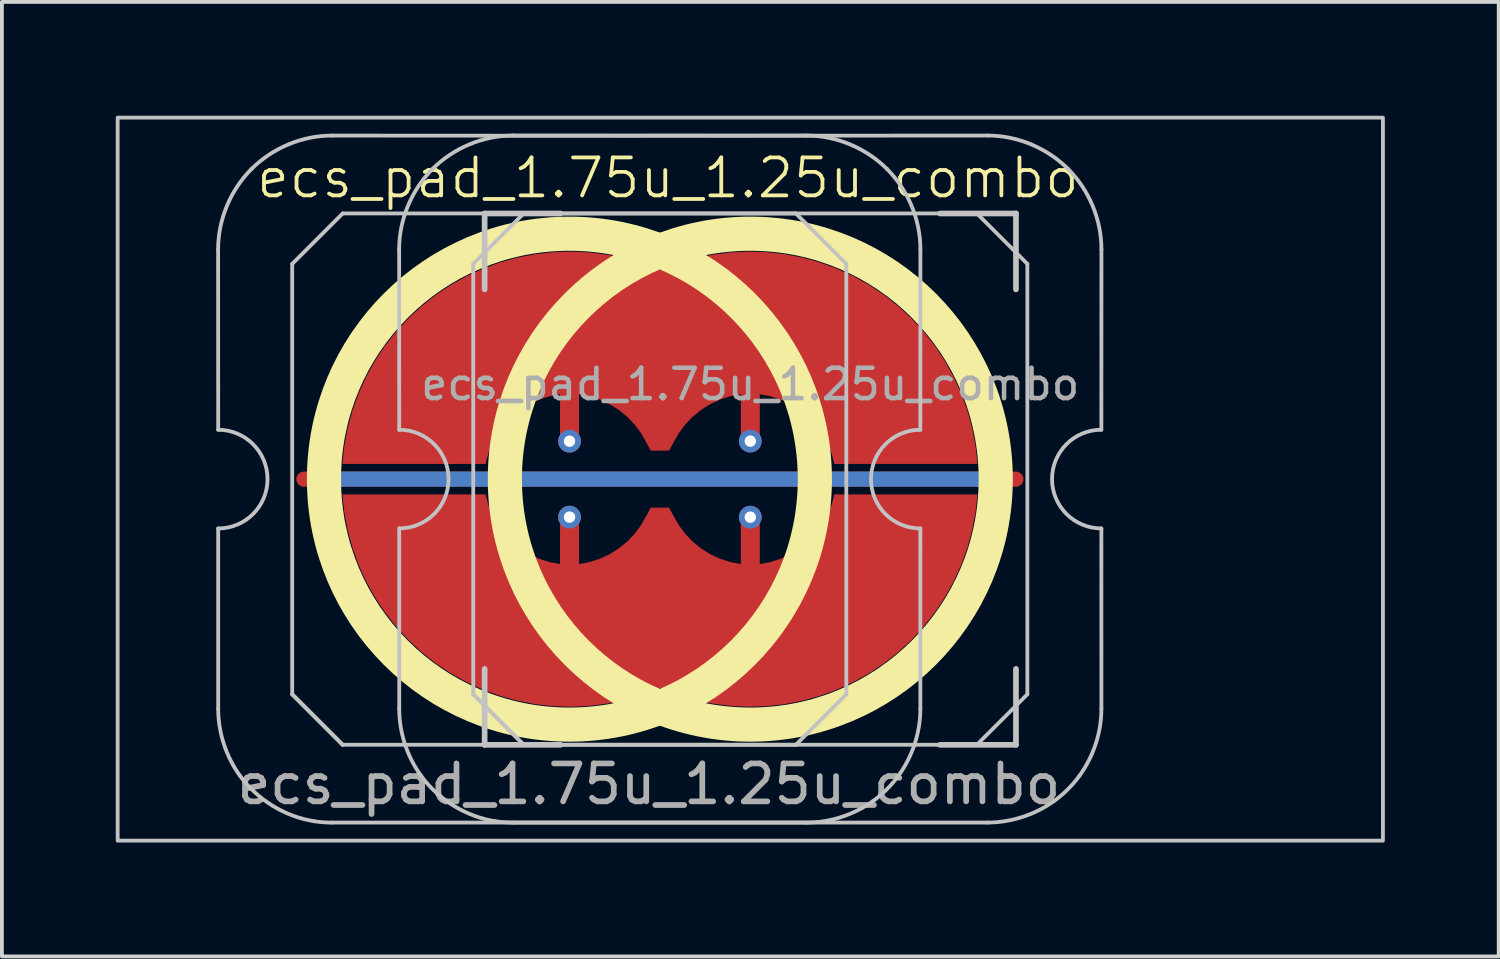
<source format=kicad_pcb>
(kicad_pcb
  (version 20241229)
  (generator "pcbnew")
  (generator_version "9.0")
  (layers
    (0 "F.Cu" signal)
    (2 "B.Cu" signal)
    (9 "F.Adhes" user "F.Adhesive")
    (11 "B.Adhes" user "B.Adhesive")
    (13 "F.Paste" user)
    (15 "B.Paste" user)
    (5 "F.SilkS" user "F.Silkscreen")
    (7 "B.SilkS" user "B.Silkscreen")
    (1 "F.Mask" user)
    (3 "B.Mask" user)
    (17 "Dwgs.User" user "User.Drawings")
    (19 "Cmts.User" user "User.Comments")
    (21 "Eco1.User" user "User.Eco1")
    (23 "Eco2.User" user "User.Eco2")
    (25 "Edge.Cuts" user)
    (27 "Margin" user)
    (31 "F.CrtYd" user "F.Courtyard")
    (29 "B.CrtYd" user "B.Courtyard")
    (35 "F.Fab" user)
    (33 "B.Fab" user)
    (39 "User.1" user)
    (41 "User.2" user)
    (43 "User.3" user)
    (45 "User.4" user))
  (footprint "ecs_pad_1.75u_1.25u_combo"
    (layer "F.Cu")
    (at 16.719 9.575)
    (property "Reference" "ecs_pad_1.75u_1.25u_combo" (at -2.17 -7.935 0) (unlocked yes) (layer "F.SilkS") (effects (font (size 1 1) (thickness 0.1))))
    (attr smd)
    (fp_circle (center -4.766 0) (end 1.701 0) (stroke (width 0.9) (type solid)) (fill no) (layer "F.SilkS"))
    (fp_circle (center 0 0) (end 6.467 0) (stroke (width 0.9) (type solid)) (fill no) (layer "F.SilkS"))
    (fp_line (start -14.022 -6.052) (end -14.02 -1.301) (stroke (width 0.1) (type solid)) (layer "Dwgs.User"))
    (fp_line (start -14.02 1.299) (end -14.02 6.048) (stroke (width 0.1) (type solid)) (layer "Dwgs.User"))
    (fp_line (start -12.07 -5.671) (end -10.74 -7.001) (stroke (width 0.1) (type solid)) (layer "Dwgs.User"))
    (fp_line (start -12.07 5.669) (end -12.07 -5.671) (stroke (width 0.1) (type solid)) (layer "Dwgs.User"))
    (fp_line (start -12.07 5.669) (end -10.74 6.999) (stroke (width 0.1) (type solid)) (layer "Dwgs.User"))
    (fp_line (start -10.74 -7.001) (end 1.2 -7.001) (stroke (width 0.1) (type solid)) (layer "Dwgs.User"))
    (fp_line (start -10.74 6.999) (end -12.07 5.669) (stroke (width 0.1) (type solid)) (layer "Dwgs.User"))
    (fp_line (start -9.252 -6.052) (end -9.25 -1.302) (stroke (width 0.1) (type solid)) (layer "Dwgs.User"))
    (fp_line (start -9.25 1.298) (end -9.25 6.047) (stroke (width 0.1) (type solid)) (layer "Dwgs.User"))
    (fp_line (start -7.3 -5.672) (end -5.97 -7.002) (stroke (width 0.1) (type solid)) (layer "Dwgs.User"))
    (fp_line (start -7.3 5.668) (end -7.3 -5.672) (stroke (width 0.1) (type solid)) (layer "Dwgs.User"))
    (fp_line (start -7.3 5.668) (end -5.97 6.998) (stroke (width 0.1) (type solid)) (layer "Dwgs.User"))
    (fp_line (start -7 -7) (end -7 -5) (stroke (width 0.15) (type solid)) (layer "Dwgs.User"))
    (fp_line (start -7 5) (end -7 7) (stroke (width 0.15) (type solid)) (layer "Dwgs.User"))
    (fp_line (start -7 7) (end -5 7) (stroke (width 0.15) (type solid)) (layer "Dwgs.User"))
    (fp_line (start -5.97 -7.002) (end 5.97 -7.002) (stroke (width 0.1) (type solid)) (layer "Dwgs.User"))
    (fp_line (start -5.97 6.998) (end -7.3 5.668) (stroke (width 0.1) (type solid)) (layer "Dwgs.User"))
    (fp_line (start -5 -7) (end -7 -7) (stroke (width 0.15) (type solid)) (layer "Dwgs.User"))
    (fp_line (start 1.2 -7.001) (end 2.53 -5.671) (stroke (width 0.1) (type solid)) (layer "Dwgs.User"))
    (fp_line (start 1.2 6.999) (end -10.74 6.999) (stroke (width 0.1) (type solid)) (layer "Dwgs.User"))
    (fp_line (start 2.53 -5.671) (end 2.53 5.669) (stroke (width 0.1) (type solid)) (layer "Dwgs.User"))
    (fp_line (start 2.53 5.669) (end 1.2 6.999) (stroke (width 0.1) (type solid)) (layer "Dwgs.User"))
    (fp_line (start 4.48 1.299) (end 4.481 6.048) (stroke (width 0.1) (type solid)) (layer "Dwgs.User"))
    (fp_line (start 4.482 -6.052) (end 4.48 -1.301) (stroke (width 0.1) (type solid)) (layer "Dwgs.User"))
    (fp_line (start 5 -7) (end 7 -7) (stroke (width 0.15) (type solid)) (layer "Dwgs.User"))
    (fp_line (start 5 7) (end 7 7) (stroke (width 0.15) (type solid)) (layer "Dwgs.User"))
    (fp_line (start 5.97 -7.002) (end 7.3 -5.672) (stroke (width 0.1) (type solid)) (layer "Dwgs.User"))
    (fp_line (start 5.97 6.998) (end -5.97 6.998) (stroke (width 0.1) (type solid)) (layer "Dwgs.User"))
    (fp_line (start 7 -7) (end 7 -5) (stroke (width 0.15) (type solid)) (layer "Dwgs.User"))
    (fp_line (start 7 7) (end 7 5) (stroke (width 0.15) (type solid)) (layer "Dwgs.User"))
    (fp_line (start 7.3 -5.672) (end 7.3 5.668) (stroke (width 0.1) (type solid)) (layer "Dwgs.User"))
    (fp_line (start 7.3 5.668) (end 5.97 6.998) (stroke (width 0.1) (type solid)) (layer "Dwgs.User"))
    (fp_line (start 9.25 1.298) (end 9.251 6.047) (stroke (width 0.1) (type solid)) (layer "Dwgs.User"))
    (fp_line (start 9.252 -6.052) (end 9.25 -1.302) (stroke (width 0.1) (type solid)) (layer "Dwgs.User"))
    (fp_rect (start 16.669 9.525) (end -16.669 -9.525) (stroke (width 0.1) (type default)) (fill no) (layer "Dwgs.User"))
    (fp_arc (start -14.020059 -1.301143) (mid -12.720059 -0.001143) (end -14.020059 1.298857) (stroke (width 0.1) (type solid)) (layer "Dwgs.User"))
    (fp_arc (start -9.25 -1.302) (mid -7.95 -0.002) (end -9.25 1.298) (stroke (width 0.1) (type solid)) (layer "Dwgs.User"))
    (fp_arc (start 4.479941 1.298857) (mid 3.17994 -0.001143) (end 4.479941 -1.301143) (stroke (width 0.1) (type solid)) (layer "Dwgs.User"))
    (fp_arc (start 9.25 1.298) (mid 7.95 -0.002) (end 9.25 -1.302) (stroke (width 0.1) (type solid)) (layer "Dwgs.User"))
    (fp_curve (pts (xy -14.02 6.048) (xy -14.02 6.676) (xy -13.816 7.305) (xy -13.447 7.813)) (stroke (width 0.1) (type solid)) (layer "Dwgs.User"))
    (fp_curve (pts (xy -13.447 7.813) (xy -12.986 8.447) (xy -12.266 8.892) (xy -11.49 9.013)) (stroke (width 0.1) (type solid)) (layer "Dwgs.User"))
    (fp_curve (pts (xy -13.142 -8.173) (xy -13.696 -7.619) (xy -14.024 -6.837) (xy -14.022 -6.052)) (stroke (width 0.1) (type solid)) (layer "Dwgs.User"))
    (fp_curve (pts (xy -11.49 9.013) (xy -11.334 9.038) (xy -11.177 9.049) (xy -11.02 9.049)) (stroke (width 0.1) (type solid)) (layer "Dwgs.User"))
    (fp_curve (pts (xy -11.02 9.049) (xy -6.888 9.051) (xy -2.653 9.049) (xy 1.48 9.049)) (stroke (width 0.1) (type solid)) (layer "Dwgs.User"))
    (fp_curve (pts (xy -11.02 -9.053) (xy -11.805 -9.054) (xy -12.587 -8.727) (xy -13.142 -8.173)) (stroke (width 0.1) (type solid)) (layer "Dwgs.User"))
    (fp_curve (pts (xy -9.25 6.047) (xy -9.25 6.675) (xy -9.046 7.305) (xy -8.677 7.812)) (stroke (width 0.1) (type solid)) (layer "Dwgs.User"))
    (fp_curve (pts (xy -8.677 7.812) (xy -8.215 8.447) (xy -7.496 8.891) (xy -6.72 9.013)) (stroke (width 0.1) (type solid)) (layer "Dwgs.User"))
    (fp_curve (pts (xy -8.372 -8.174) (xy -8.926 -7.62) (xy -9.254 -6.838) (xy -9.252 -6.052)) (stroke (width 0.1) (type solid)) (layer "Dwgs.User"))
    (fp_curve (pts (xy -6.72 9.013) (xy -6.564 9.037) (xy -6.407 9.048) (xy -6.25 9.048)) (stroke (width 0.1) (type solid)) (layer "Dwgs.User"))
    (fp_curve (pts (xy -6.25 9.048) (xy -2.118 9.05) (xy 2.117 9.048) (xy 6.25 9.048)) (stroke (width 0.1) (type solid)) (layer "Dwgs.User"))
    (fp_curve (pts (xy -6.25 -9.054) (xy -7.035 -9.055) (xy -7.817 -8.728) (xy -8.372 -8.174)) (stroke (width 0.1) (type solid)) (layer "Dwgs.User"))
    (fp_curve (pts (xy 1.48 -9.053) (xy -2.654 -9.048) (xy -6.886 -9.048) (xy -11.02 -9.053)) (stroke (width 0.1) (type solid)) (layer "Dwgs.User"))
    (fp_curve (pts (xy 1.48 9.049) (xy 2.108 9.049) (xy 2.734 8.843) (xy 3.243 8.475)) (stroke (width 0.1) (type solid)) (layer "Dwgs.User"))
    (fp_curve (pts (xy 3.243 8.475) (xy 3.497 8.29) (xy 3.722 8.065) (xy 3.906 7.811)) (stroke (width 0.1) (type solid)) (layer "Dwgs.User"))
    (fp_curve (pts (xy 3.601 -8.173) (xy 3.047 -8.727) (xy 2.265 -9.054) (xy 1.48 -9.053)) (stroke (width 0.1) (type solid)) (layer "Dwgs.User"))
    (fp_curve (pts (xy 3.906 7.811) (xy 4.275 7.302) (xy 4.481 6.677) (xy 4.481 6.048)) (stroke (width 0.1) (type solid)) (layer "Dwgs.User"))
    (fp_curve (pts (xy 4.482 -6.052) (xy 4.484 -6.837) (xy 4.156 -7.619) (xy 3.601 -8.173)) (stroke (width 0.1) (type solid)) (layer "Dwgs.User"))
    (fp_curve (pts (xy 6.25 -9.054) (xy 2.116 -9.048) (xy -2.116 -9.048) (xy -6.25 -9.054)) (stroke (width 0.1) (type solid)) (layer "Dwgs.User"))
    (fp_curve (pts (xy 6.25 9.048) (xy 6.878 9.048) (xy 7.504 8.842) (xy 8.013 8.474)) (stroke (width 0.1) (type solid)) (layer "Dwgs.User"))
    (fp_curve (pts (xy 8.013 8.474) (xy 8.267 8.289) (xy 8.492 8.064) (xy 8.676 7.81)) (stroke (width 0.1) (type solid)) (layer "Dwgs.User"))
    (fp_curve (pts (xy 8.372 -8.174) (xy 7.817 -8.728) (xy 7.035 -9.055) (xy 6.25 -9.054)) (stroke (width 0.1) (type solid)) (layer "Dwgs.User"))
    (fp_curve (pts (xy 8.676 7.81) (xy 9.045 7.301) (xy 9.251 6.676) (xy 9.251 6.047)) (stroke (width 0.1) (type solid)) (layer "Dwgs.User"))
    (fp_curve (pts (xy 9.252 -6.052) (xy 9.254 -6.838) (xy 8.926 -7.62) (xy 8.372 -8.174)) (stroke (width 0.1) (type solid)) (layer "Dwgs.User"))
    (fp_circle (center -4.763 0) (end -3.763 0) (stroke (width 0.1) (type default)) (fill no) (layer "Eco1.User"))
    (fp_circle (center 0 0) (end 1 0) (stroke (width 0.1) (type default)) (fill no) (layer "Eco1.User"))
    (fp_text user "${REFERENCE}" (at 0 -2.5 0) (layer "F.Fab") (effects (font (size 0.8 0.8) (thickness 0.12))))
    (fp_text user "${REFERENCE}" (at -2.67 8.035 0) (unlocked yes) (layer "F.Fab") (effects (font (size 1 1) (thickness 0.15))))
    (pad "1" thru_hole circle (at -4.763 -1) (size 0.6 0.6) (drill 0.3) (layers "*.Cu"))
    (pad "1" smd custom (at 0 -1.002 180) (size 0.169 0.169) (layers "F.Cu") (options (anchor circle)) (primitives (gr_poly (pts (xy -0.231 -0.096) (xy -0.177 -0.177) (xy -0.096 -0.231) (xy 0 -0.25) (xy 0.096 -0.231) (xy 0.177 -0.177) (xy 0.231 -0.096) (xy 0.25 0) (xy 0.25 1.236) (xy 0.532 1.182) (xy 0.805 1.093) (xy 1.064 0.971) (xy 1.307 0.817) (xy 1.528 0.635) (xy 1.725 0.426) (xy 1.894 0.194) (xy 2.034 -0.056) (xy 2.141 -0.25) (xy 2.214 -0.25) (xy 2.549 -0.25) (xy 2.622 -0.25) (xy 2.729 -0.056) (xy 2.868 0.194) (xy 3.038 0.426) (xy 3.235 0.635) (xy 3.456 0.817) (xy 3.698 0.971) (xy 3.958 1.093) (xy 4.231 1.182) (xy 4.512 1.236) (xy 4.512 0) (xy 4.532 -0.096) (xy 4.586 -0.177) (xy 4.667 -0.231) (xy 4.763 -0.25) (xy 4.858 -0.231) (xy 4.939 -0.177) (xy 4.993 -0.096) (xy 5.013 0) (xy 5.013 1.236) (xy 5.294 1.182) (xy 5.567 1.093) (xy 5.827 0.971) (xy 6.069 0.817) (xy 6.29 0.635) (xy 6.487 0.426) (xy 6.657 0.194) (xy 6.796 -0.056) (xy 6.903 -0.323) (xy 6.976 -0.6) (xy 10.748 -0.6) (xy 10.697 -0.125) (xy 10.609 0.344) (xy 10.483 0.805) (xy 10.321 1.255) (xy 10.123 1.69) (xy 9.892 2.108) (xy 9.628 2.506) (xy 9.333 2.882) (xy 9.01 3.233) (xy 8.659 3.557) (xy 8.284 3.853) (xy 7.886 4.118) (xy 7.469 4.35) (xy 7.034 4.548) (xy 6.585 4.711) (xy 6.125 4.838) (xy 5.655 4.928) (xy 5.18 4.98) (xy 4.703 4.995) (xy 4.226 4.971) (xy 3.752 4.909) (xy 3.285 4.81) (xy 2.827 4.674) (xy 2.381 4.502) (xy 1.936 4.674) (xy 1.478 4.81) (xy 1.01 4.909) (xy 0.537 4.971) (xy 0.06 4.995) (xy -0.418 4.98) (xy -0.893 4.928) (xy -1.362 4.838) (xy -1.823 4.711) (xy -2.272 4.548) (xy -2.706 4.35) (xy -3.124 4.118) (xy -3.521 3.853) (xy -3.897 3.557) (xy -4.247 3.233) (xy -4.571 2.882) (xy -4.866 2.506) (xy -5.129 2.108) (xy -5.361 1.69) (xy -5.558 1.255) (xy -5.72 0.805) (xy -5.846 0.344) (xy -5.935 -0.125) (xy -5.986 -0.6) (xy -2.214 -0.6) (xy -2.141 -0.323) (xy -2.034 -0.056) (xy -1.894 0.194) (xy -1.725 0.426) (xy -1.528 0.635) (xy -1.307 0.817) (xy -1.064 0.971) (xy -0.805 1.093) (xy -0.532 1.182) (xy -0.25 1.236) (xy -0.25 0)) (width 0) (fill yes))))
    (pad "1" thru_hole circle (at 0 -1.002) (size 0.6 0.6) (drill 0.3) (layers "*.Cu"))
    (pad "2" thru_hole circle (at -4.763 1) (size 0.6 0.6) (drill 0.3) (layers "*.Cu"))
    (pad "2" smd custom (at 0 1.002) (size 0.169 0.169) (layers "F.Cu") (options (anchor circle)) (primitives (gr_poly (pts (xy 0.231 -0.096) (xy 0.177 -0.177) (xy 0.096 -0.231) (xy 0 -0.25) (xy -0.096 -0.231) (xy -0.177 -0.177) (xy -0.231 -0.096) (xy -0.25 0) (xy -0.25 1.236) (xy -0.532 1.182) (xy -0.805 1.093) (xy -1.064 0.971) (xy -1.307 0.817) (xy -1.528 0.635) (xy -1.725 0.426) (xy -1.894 0.194) (xy -2.034 -0.056) (xy -2.141 -0.25) (xy -2.214 -0.25) (xy -2.549 -0.25) (xy -2.622 -0.25) (xy -2.729 -0.056) (xy -2.868 0.194) (xy -3.038 0.426) (xy -3.235 0.635) (xy -3.456 0.817) (xy -3.698 0.971) (xy -3.958 1.093) (xy -4.231 1.182) (xy -4.512 1.236) (xy -4.512 0) (xy -4.532 -0.096) (xy -4.586 -0.177) (xy -4.667 -0.231) (xy -4.763 -0.25) (xy -4.858 -0.231) (xy -4.939 -0.177) (xy -4.993 -0.096) (xy -5.013 0) (xy -5.013 1.236) (xy -5.294 1.182) (xy -5.567 1.093) (xy -5.827 0.971) (xy -6.069 0.817) (xy -6.29 0.635) (xy -6.487 0.426) (xy -6.657 0.194) (xy -6.796 -0.056) (xy -6.903 -0.323) (xy -6.976 -0.6) (xy -10.748 -0.6) (xy -10.697 -0.125) (xy -10.609 0.344) (xy -10.483 0.805) (xy -10.321 1.255) (xy -10.123 1.69) (xy -9.892 2.108) (xy -9.628 2.506) (xy -9.333 2.882) (xy -9.01 3.233) (xy -8.659 3.557) (xy -8.284 3.853) (xy -7.886 4.118) (xy -7.469 4.35) (xy -7.034 4.548) (xy -6.585 4.711) (xy -6.125 4.838) (xy -5.655 4.928) (xy -5.18 4.98) (xy -4.703 4.995) (xy -4.226 4.971) (xy -3.752 4.909) (xy -3.285 4.81) (xy -2.827 4.674) (xy -2.381 4.502) (xy -1.936 4.674) (xy -1.478 4.81) (xy -1.01 4.909) (xy -0.537 4.971) (xy -0.06 4.995) (xy 0.418 4.98) (xy 0.893 4.928) (xy 1.362 4.838) (xy 1.823 4.711) (xy 2.272 4.548) (xy 2.706 4.35) (xy 3.124 4.118) (xy 3.521 3.853) (xy 3.897 3.557) (xy 4.247 3.233) (xy 4.571 2.882) (xy 4.866 2.506) (xy 5.129 2.108) (xy 5.361 1.69) (xy 5.558 1.255) (xy 5.72 0.805) (xy 5.846 0.344) (xy 5.935 -0.125) (xy 5.986 -0.6) (xy 2.214 -0.6) (xy 2.141 -0.323) (xy 2.034 -0.056) (xy 1.894 0.194) (xy 1.725 0.426) (xy 1.528 0.635) (xy 1.307 0.817) (xy 1.064 0.971) (xy 0.805 1.093) (xy 0.532 1.182) (xy 0.25 1.236) (xy 0.25 0)) (width 0) (fill yes))))
    (pad "2" thru_hole circle (at 0 1.002) (size 0.6 0.6) (drill 0.3) (layers "*.Cu"))
    (pad "3" smd custom (at 0 0 90) (size 0.4 0.4) (layers "F.Cu") (options (anchor rect)) (primitives (gr_line (start 0 -11.763) (end 0 7) (width 0.4))))
    (pad "3" smd custom (at 0 0 90) (size 0.4 0.4) (layers "B.Cu") (options (anchor rect)) (primitives (gr_line (start 0 -11.263) (end 0 6.5) (width 0.4))))
    (zone (net_name "") (layer "F.Cu") (hatch edge 0.508) (connect_pads) (min_thickness 0.254) (filled_areas_thickness no) (keepout (tracks allowed) (vias allowed) (pads allowed) (copperpour not_allowed) (footprints allowed)) (placement (enabled no)) (fill) (polygon (pts (xy 11.956 16.58) (xy 12.469 16.561) (xy 12.979 16.505) (xy 13.484 16.411) (xy 13.98 16.281) (xy 14.466 16.115) (xy 14.938 15.913) (xy 15.394 15.678) (xy 15.832 15.41) (xy 16.249 15.11) (xy 16.643 14.781) (xy 17.012 14.423) (xy 17.353 14.04) (xy 17.666 13.633) (xy 17.947 13.204) (xy 18.197 12.755) (xy 18.413 12.29) (xy 18.595 11.809) (xy 18.741 11.317) (xy 18.85 10.815) (xy 18.922 10.307) (xy 18.957 9.795) (xy 18.955 9.282) (xy 18.914 8.77) (xy 18.837 8.262) (xy 18.722 7.762) (xy 18.571 7.271) (xy 18.385 6.793) (xy 18.164 6.33) (xy 17.909 5.884) (xy 17.623 5.458) (xy 17.306 5.054) (xy 16.961 4.674) (xy 16.588 4.321) (xy 16.191 3.995) (xy 15.771 3.7) (xy 15.33 3.437) (xy 14.872 3.206) (xy 14.397 3.009) (xy 13.91 2.848) (xy 13.412 2.723) (xy 12.906 2.635) (xy 12.396 2.584) (xy 11.882 2.57) (xy 11.37 2.595) (xy 10.86 2.656) (xy 10.356 2.755) (xy 9.861 2.891) (xy 9.377 3.062) (xy 8.907 3.268) (xy 8.453 3.509) (xy 8.018 3.781) (xy 7.605 4.085) (xy 7.214 4.419) (xy 6.849 4.78) (xy 6.512 5.167) (xy 6.204 5.577) (xy 5.926 6.009) (xy 5.681 6.46) (xy 5.47 6.928) (xy 5.294 7.41) (xy 5.153 7.904) (xy 5.049 8.407) (xy 4.982 8.916) (xy 4.952 9.428) (xy 4.96 9.942) (xy 5.006 10.453) (xy 5.089 10.96) (xy 5.209 11.459) (xy 5.365 11.948) (xy 5.556 12.424) (xy 5.782 12.885) (xy 6.041 13.328) (xy 6.332 13.751) (xy 6.653 14.152) (xy 7.003 14.528) (xy 7.379 14.878) (xy 7.779 15.199) (xy 8.202 15.489) (xy 8.646 15.748) (xy 9.107 15.974) (xy 9.583 16.166) (xy 10.072 16.322) (xy 10.571 16.442) (xy 11.078 16.525) (xy 11.589 16.57))))
    (zone (net_name "") (layer "F.Cu") (hatch edge 0.508) (connect_pads) (min_thickness 0.254) (filled_areas_thickness no) (keepout (tracks allowed) (vias allowed) (pads allowed) (copperpour not_allowed) (footprints allowed)) (placement (enabled no)) (fill) (polygon (pts (xy 16.719 2.568) (xy 16.206 2.587) (xy 15.695 2.643) (xy 15.191 2.737) (xy 14.694 2.867) (xy 14.208 3.033) (xy 13.736 3.235) (xy 13.28 3.47) (xy 12.842 3.738) (xy 12.425 4.038) (xy 12.032 4.367) (xy 11.663 4.725) (xy 11.321 5.108) (xy 11.009 5.515) (xy 10.727 5.944) (xy 10.477 6.393) (xy 10.261 6.858) (xy 10.08 7.339) (xy 9.934 7.831) (xy 9.825 8.333) (xy 9.752 8.841) (xy 9.717 9.353) (xy 9.72 9.866) (xy 9.76 10.378) (xy 9.838 10.886) (xy 9.953 11.386) (xy 10.103 11.877) (xy 10.29 12.355) (xy 10.511 12.818) (xy 10.765 13.264) (xy 11.052 13.69) (xy 11.368 14.094) (xy 11.714 14.474) (xy 12.086 14.827) (xy 12.484 15.153) (xy 12.904 15.448) (xy 13.344 15.711) (xy 13.803 15.942) (xy 14.277 16.139) (xy 14.764 16.3) (xy 15.262 16.425) (xy 15.768 16.513) (xy 16.279 16.564) (xy 16.792 16.578) (xy 17.305 16.553) (xy 17.815 16.492) (xy 18.318 16.393) (xy 18.814 16.257) (xy 19.297 16.086) (xy 19.768 15.88) (xy 20.221 15.639) (xy 20.656 15.367) (xy 21.07 15.063) (xy 21.46 14.729) (xy 21.825 14.368) (xy 22.163 13.981) (xy 22.471 13.571) (xy 22.748 13.139) (xy 22.993 12.688) (xy 23.204 12.22) (xy 23.381 11.738) (xy 23.521 11.244) (xy 23.626 10.741) (xy 23.693 10.232) (xy 23.722 9.72) (xy 23.714 9.206) (xy 23.668 8.695) (xy 23.585 8.188) (xy 23.466 7.689) (xy 23.31 7.2) (xy 23.118 6.724) (xy 22.892 6.263) (xy 22.633 5.82) (xy 22.342 5.397) (xy 22.021 4.996) (xy 21.672 4.62) (xy 21.296 4.27) (xy 20.895 3.949) (xy 20.472 3.659) (xy 20.029 3.4) (xy 19.568 3.174) (xy 19.092 2.982) (xy 18.603 2.826) (xy 18.103 2.706) (xy 17.597 2.623) (xy 17.085 2.578))))
    (zone (net_name "") (layer "B.Cu") (hatch edge 0.508) (connect_pads) (min_thickness 0.254) (filled_areas_thickness no) (keepout (tracks allowed) (vias allowed) (pads allowed) (copperpour not_allowed) (footprints allowed)) (placement (enabled no)) (fill) (polygon (pts (xy 11.956 16.133) (xy 12.47 16.113) (xy 12.982 16.053) (xy 13.487 15.952) (xy 13.982 15.812) (xy 14.465 15.634) (xy 14.933 15.418) (xy 15.382 15.167) (xy 15.811 14.881) (xy 16.215 14.562) (xy 16.593 14.212) (xy 16.943 13.834) (xy 17.261 13.43) (xy 17.548 13.002) (xy 17.799 12.552) (xy 18.015 12.085) (xy 18.193 11.602) (xy 18.333 11.106) (xy 18.433 10.601) (xy 18.494 10.09) (xy 18.514 9.575) (xy 18.494 9.06) (xy 18.433 8.549) (xy 18.333 8.044) (xy 18.193 7.548) (xy 18.015 7.065) (xy 17.799 6.598) (xy 17.548 6.148) (xy 17.261 5.72) (xy 16.943 5.316) (xy 16.593 4.938) (xy 16.215 4.588) (xy 15.811 4.269) (xy 15.382 3.983) (xy 14.933 3.732) (xy 14.465 3.516) (xy 13.982 3.338) (xy 13.487 3.198) (xy 12.982 3.097) (xy 12.47 3.037) (xy 11.956 3.017) (xy 11.441 3.037) (xy 10.93 3.097) (xy 10.425 3.198) (xy 9.929 3.338) (xy 9.446 3.516) (xy 8.978 3.732) (xy 8.529 3.983) (xy 8.101 4.269) (xy 7.697 4.588) (xy 7.318 4.938) (xy 6.969 5.316) (xy 6.65 5.72) (xy 6.364 6.148) (xy 6.112 6.598) (xy 5.897 7.065) (xy 5.718 7.548) (xy 5.579 8.044) (xy 5.478 8.549) (xy 5.418 9.06) (xy 5.397 9.575) (xy 5.418 10.09) (xy 5.478 10.601) (xy 5.579 11.106) (xy 5.718 11.602) (xy 5.897 12.085) (xy 6.112 12.552) (xy 6.364 13.002) (xy 6.65 13.43) (xy 6.969 13.834) (xy 7.318 14.212) (xy 7.697 14.562) (xy 8.101 14.881) (xy 8.529 15.167) (xy 8.978 15.418) (xy 9.446 15.634) (xy 9.929 15.812) (xy 10.425 15.952) (xy 10.93 16.053) (xy 11.441 16.113))))
    (zone (net_name "") (layer "B.Cu") (hatch edge 0.508) (connect_pads) (min_thickness 0.254) (filled_areas_thickness no) (keepout (tracks allowed) (vias allowed) (pads allowed) (copperpour not_allowed) (footprints allowed)) (placement (enabled no)) (fill) (polygon (pts (xy 16.719 3.015) (xy 16.204 3.035) (xy 15.693 3.095) (xy 15.188 3.196) (xy 14.692 3.336) (xy 14.209 3.514) (xy 13.741 3.73) (xy 13.292 3.981) (xy 12.864 4.267) (xy 12.46 4.586) (xy 12.081 4.936) (xy 11.732 5.314) (xy 11.413 5.718) (xy 11.127 6.146) (xy 10.875 6.596) (xy 10.66 7.063) (xy 10.481 7.546) (xy 10.342 8.042) (xy 10.241 8.547) (xy 10.181 9.058) (xy 10.16 9.573) (xy 10.181 10.088) (xy 10.241 10.599) (xy 10.342 11.104) (xy 10.481 11.6) (xy 10.66 12.083) (xy 10.875 12.55) (xy 11.127 13) (xy 11.413 13.428) (xy 11.732 13.832) (xy 12.081 14.21) (xy 12.46 14.56) (xy 12.864 14.879) (xy 13.292 15.165) (xy 13.741 15.416) (xy 14.209 15.632) (xy 14.692 15.81) (xy 15.188 15.95) (xy 15.693 16.051) (xy 16.204 16.111) (xy 16.719 16.131) (xy 17.233 16.111) (xy 17.745 16.051) (xy 18.25 15.95) (xy 18.745 15.81) (xy 19.228 15.632) (xy 19.696 15.416) (xy 20.145 15.165) (xy 20.574 14.879) (xy 20.978 14.56) (xy 21.356 14.21) (xy 21.706 13.832) (xy 22.024 13.428) (xy 22.311 13) (xy 22.562 12.55) (xy 22.778 12.083) (xy 22.956 11.6) (xy 23.096 11.104) (xy 23.196 10.599) (xy 23.257 10.088) (xy 23.277 9.573) (xy 23.257 9.058) (xy 23.196 8.547) (xy 23.096 8.042) (xy 22.956 7.546) (xy 22.778 7.063) (xy 22.562 6.596) (xy 22.311 6.146) (xy 22.024 5.718) (xy 21.706 5.314) (xy 21.356 4.936) (xy 20.978 4.586) (xy 20.574 4.267) (xy 20.145 3.981) (xy 19.696 3.73) (xy 19.228 3.514) (xy 18.745 3.336) (xy 18.25 3.196) (xy 17.745 3.095) (xy 17.233 3.035)))))
  (gr_rect
    (start -3 -3)
    (end 36.438 22.15)
    (stroke (width 0.1) (type default))
    (fill no)
    (layer "Edge.Cuts")))
</source>
